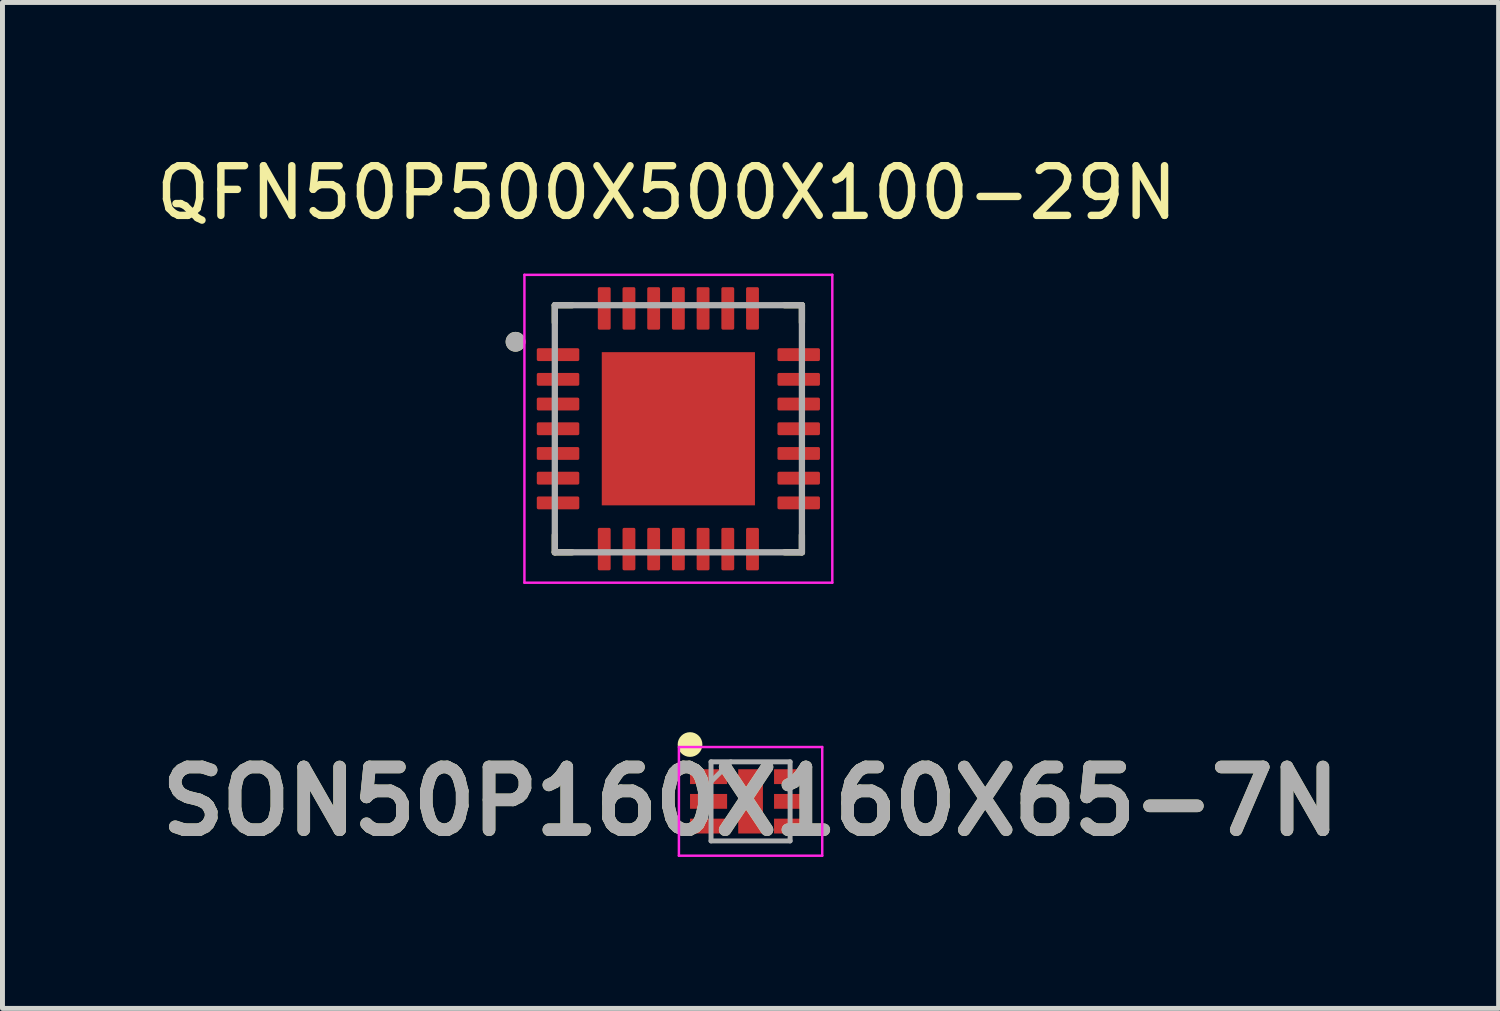
<source format=kicad_pcb>
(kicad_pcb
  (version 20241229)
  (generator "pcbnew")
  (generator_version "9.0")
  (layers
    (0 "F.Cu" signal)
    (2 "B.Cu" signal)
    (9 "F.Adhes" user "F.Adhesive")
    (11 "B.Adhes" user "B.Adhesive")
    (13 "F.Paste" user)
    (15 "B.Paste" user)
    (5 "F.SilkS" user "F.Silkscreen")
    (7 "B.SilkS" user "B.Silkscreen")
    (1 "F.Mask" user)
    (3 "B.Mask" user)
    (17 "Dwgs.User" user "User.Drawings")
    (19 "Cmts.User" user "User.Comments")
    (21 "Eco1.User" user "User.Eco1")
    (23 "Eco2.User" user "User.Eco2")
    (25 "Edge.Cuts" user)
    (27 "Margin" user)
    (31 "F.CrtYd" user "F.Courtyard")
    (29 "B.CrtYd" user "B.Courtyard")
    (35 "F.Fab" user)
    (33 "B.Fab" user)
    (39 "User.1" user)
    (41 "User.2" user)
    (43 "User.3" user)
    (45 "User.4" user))
  (footprint "SON50P160X160X65-7N"
    (layer "F.Cu")
    (at 12.138 13.166)
    (property "Reference" "SON50P160X160X65-7N" (at 0 0 0) (layer "F.SilkS") (effects (font (size 1.27 1.27) (thickness 0.254))))
    (attr smd)
    (fp_circle (center -1.225 -1.15) (end -1.225 -1.025) (stroke (width 0.25) (type solid)) (fill no) (layer "F.SilkS"))
    (fp_line (start -1.45 -1.1) (end 1.45 -1.1) (stroke (width 0.05) (type solid)) (layer "F.CrtYd"))
    (fp_line (start -1.45 1.1) (end -1.45 -1.1) (stroke (width 0.05) (type solid)) (layer "F.CrtYd"))
    (fp_line (start 1.45 -1.1) (end 1.45 1.1) (stroke (width 0.05) (type solid)) (layer "F.CrtYd"))
    (fp_line (start 1.45 1.1) (end -1.45 1.1) (stroke (width 0.05) (type solid)) (layer "F.CrtYd"))
    (fp_line (start -0.8 -0.8) (end 0.8 -0.8) (stroke (width 0.1) (type solid)) (layer "F.Fab"))
    (fp_line (start -0.8 -0.4) (end -0.4 -0.8) (stroke (width 0.1) (type solid)) (layer "F.Fab"))
    (fp_line (start -0.8 0.8) (end -0.8 -0.8) (stroke (width 0.1) (type solid)) (layer "F.Fab"))
    (fp_line (start 0.8 -0.8) (end 0.8 0.8) (stroke (width 0.1) (type solid)) (layer "F.Fab"))
    (fp_line (start 0.8 0.8) (end -0.8 0.8) (stroke (width 0.1) (type solid)) (layer "F.Fab"))
    (fp_text user "${REFERENCE}" (at 0 0 0) (layer "F.Fab") (effects (font (size 1.27 1.27) (thickness 0.254))))
    (pad "1" smd rect (at -0.85 -0.5 90) (size 0.3 0.75) (layers "F.Cu" "F.Mask" "F.Paste"))
    (pad "2" smd rect (at -0.85 0 90) (size 0.3 0.75) (layers "F.Cu" "F.Mask" "F.Paste"))
    (pad "3" smd rect (at -0.85 0.5 90) (size 0.3 0.75) (layers "F.Cu" "F.Mask" "F.Paste"))
    (pad "4" smd rect (at 0.85 0.5 90) (size 0.3 0.75) (layers "F.Cu" "F.Mask" "F.Paste"))
    (pad "5" smd rect (at 0.85 0 90) (size 0.3 0.75) (layers "F.Cu" "F.Mask" "F.Paste"))
    (pad "6" smd rect (at 0.85 -0.5 90) (size 0.3 0.75) (layers "F.Cu" "F.Mask" "F.Paste"))
    (pad "7" smd rect (at 0 0) (size 0.5 1.3) (layers "F.Cu" "F.Mask" "F.Paste")))
  (footprint "QFN50P500X500X100-29N"
    (layer "F.Cu")
    (at 10.677 5.626)
    (property "Reference" "QFN50P500X500X100-29N" (at -0.236 -4.775 0) (layer "F.SilkS") (effects (font (size 1.005 1.005) (thickness 0.15))))
    (attr smd)
    (fp_line (start -2.5 -2.5) (end -2.5 -2.15) (stroke (width 0.127) (type solid)) (layer "F.SilkS"))
    (fp_line (start -2.5 -2.5) (end -2.15 -2.5) (stroke (width 0.127) (type solid)) (layer "F.SilkS"))
    (fp_line (start -2.5 2.5) (end -2.5 2.15) (stroke (width 0.127) (type solid)) (layer "F.SilkS"))
    (fp_line (start -2.5 2.5) (end -2.15 2.5) (stroke (width 0.127) (type solid)) (layer "F.SilkS"))
    (fp_line (start 2.5 -2.5) (end 2.15 -2.5) (stroke (width 0.127) (type solid)) (layer "F.SilkS"))
    (fp_line (start 2.5 -2.5) (end 2.5 -2.15) (stroke (width 0.127) (type solid)) (layer "F.SilkS"))
    (fp_line (start 2.5 2.5) (end 2.15 2.5) (stroke (width 0.127) (type solid)) (layer "F.SilkS"))
    (fp_line (start 2.5 2.5) (end 2.5 2.15) (stroke (width 0.127) (type solid)) (layer "F.SilkS"))
    (fp_circle (center -3.295 -1.76) (end -3.195 -1.76) (stroke (width 0.2) (type solid)) (fill no) (layer "F.SilkS"))
    (fp_poly (pts (xy -0.982 -0.98) (xy 0.98 -0.98) (xy 0.98 0.982) (xy -0.982 0.982)) (stroke (width 0.01) (type solid)) (fill yes) (layer "F.Paste"))
    (fp_line (start -3.115 -3.115) (end 3.115 -3.115) (stroke (width 0.05) (type solid)) (layer "F.CrtYd"))
    (fp_line (start -3.115 3.115) (end -3.115 -3.115) (stroke (width 0.05) (type solid)) (layer "F.CrtYd"))
    (fp_line (start -3.115 3.115) (end 3.115 3.115) (stroke (width 0.05) (type solid)) (layer "F.CrtYd"))
    (fp_line (start 3.115 3.115) (end 3.115 -3.115) (stroke (width 0.05) (type solid)) (layer "F.CrtYd"))
    (fp_line (start -2.5 2.5) (end -2.5 -2.5) (stroke (width 0.127) (type solid)) (layer "F.Fab"))
    (fp_line (start 2.5 -2.5) (end -2.5 -2.5) (stroke (width 0.127) (type solid)) (layer "F.Fab"))
    (fp_line (start 2.5 2.5) (end -2.5 2.5) (stroke (width 0.127) (type solid)) (layer "F.Fab"))
    (fp_line (start 2.5 2.5) (end 2.5 -2.5) (stroke (width 0.127) (type solid)) (layer "F.Fab"))
    (fp_circle (center -3.295 -1.76) (end -3.195 -1.76) (stroke (width 0.2) (type solid)) (fill no) (layer "F.Fab"))
    (pad "1" smd roundrect (at -2.435 -1.5) (size 0.86 0.26) (layers "F.Cu" "F.Mask" "F.Paste") (roundrect_rratio 0.125))
    (pad "2" smd roundrect (at -2.435 -1) (size 0.86 0.26) (layers "F.Cu" "F.Mask" "F.Paste") (roundrect_rratio 0.125))
    (pad "3" smd roundrect (at -2.435 -0.5) (size 0.86 0.26) (layers "F.Cu" "F.Mask" "F.Paste") (roundrect_rratio 0.125))
    (pad "4" smd roundrect (at -2.435 0) (size 0.86 0.26) (layers "F.Cu" "F.Mask" "F.Paste") (roundrect_rratio 0.125))
    (pad "5" smd roundrect (at -2.435 0.5) (size 0.86 0.26) (layers "F.Cu" "F.Mask" "F.Paste") (roundrect_rratio 0.125))
    (pad "6" smd roundrect (at -2.435 1) (size 0.86 0.26) (layers "F.Cu" "F.Mask" "F.Paste") (roundrect_rratio 0.125))
    (pad "7" smd roundrect (at -2.435 1.5) (size 0.86 0.26) (layers "F.Cu" "F.Mask" "F.Paste") (roundrect_rratio 0.125))
    (pad "8" smd roundrect (at -1.5 2.435) (size 0.26 0.86) (layers "F.Cu" "F.Mask" "F.Paste") (roundrect_rratio 0.125))
    (pad "9" smd roundrect (at -1 2.435) (size 0.26 0.86) (layers "F.Cu" "F.Mask" "F.Paste") (roundrect_rratio 0.125))
    (pad "10" smd roundrect (at -0.5 2.435) (size 0.26 0.86) (layers "F.Cu" "F.Mask" "F.Paste") (roundrect_rratio 0.125))
    (pad "11" smd roundrect (at 0 2.435) (size 0.26 0.86) (layers "F.Cu" "F.Mask" "F.Paste") (roundrect_rratio 0.125))
    (pad "12" smd roundrect (at 0.5 2.435) (size 0.26 0.86) (layers "F.Cu" "F.Mask" "F.Paste") (roundrect_rratio 0.125))
    (pad "13" smd roundrect (at 1 2.435) (size 0.26 0.86) (layers "F.Cu" "F.Mask" "F.Paste") (roundrect_rratio 0.125))
    (pad "14" smd roundrect (at 1.5 2.435) (size 0.26 0.86) (layers "F.Cu" "F.Mask" "F.Paste") (roundrect_rratio 0.125))
    (pad "15" smd roundrect (at 2.435 1.5) (size 0.86 0.26) (layers "F.Cu" "F.Mask" "F.Paste") (roundrect_rratio 0.125))
    (pad "16" smd roundrect (at 2.435 1) (size 0.86 0.26) (layers "F.Cu" "F.Mask" "F.Paste") (roundrect_rratio 0.125))
    (pad "17" smd roundrect (at 2.435 0.5) (size 0.86 0.26) (layers "F.Cu" "F.Mask" "F.Paste") (roundrect_rratio 0.125))
    (pad "18" smd roundrect (at 2.435 0) (size 0.86 0.26) (layers "F.Cu" "F.Mask" "F.Paste") (roundrect_rratio 0.125))
    (pad "19" smd roundrect (at 2.435 -0.5) (size 0.86 0.26) (layers "F.Cu" "F.Mask" "F.Paste") (roundrect_rratio 0.125))
    (pad "20" smd roundrect (at 2.435 -1) (size 0.86 0.26) (layers "F.Cu" "F.Mask" "F.Paste") (roundrect_rratio 0.125))
    (pad "21" smd roundrect (at 2.435 -1.5) (size 0.86 0.26) (layers "F.Cu" "F.Mask" "F.Paste") (roundrect_rratio 0.125))
    (pad "22" smd roundrect (at 1.5 -2.435) (size 0.26 0.86) (layers "F.Cu" "F.Mask" "F.Paste") (roundrect_rratio 0.125))
    (pad "23" smd roundrect (at 1 -2.435) (size 0.26 0.86) (layers "F.Cu" "F.Mask" "F.Paste") (roundrect_rratio 0.125))
    (pad "24" smd roundrect (at 0.5 -2.435) (size 0.26 0.86) (layers "F.Cu" "F.Mask" "F.Paste") (roundrect_rratio 0.125))
    (pad "25" smd roundrect (at 0 -2.435) (size 0.26 0.86) (layers "F.Cu" "F.Mask" "F.Paste") (roundrect_rratio 0.125))
    (pad "26" smd roundrect (at -0.5 -2.435) (size 0.26 0.86) (layers "F.Cu" "F.Mask" "F.Paste") (roundrect_rratio 0.125))
    (pad "27" smd roundrect (at -1 -2.435) (size 0.26 0.86) (layers "F.Cu" "F.Mask" "F.Paste") (roundrect_rratio 0.125))
    (pad "28" smd roundrect (at -1.5 -2.435) (size 0.26 0.86) (layers "F.Cu" "F.Mask" "F.Paste") (roundrect_rratio 0.125))
    (pad "29" smd rect (at 0 0) (size 3.1 3.1) (layers "F.Cu" "F.Mask")))
  (gr_rect
    (start -3 -3)
    (end 27.275 17.355)
    (stroke (width 0.1) (type default))
    (fill no)
    (layer "Edge.Cuts")))
</source>
